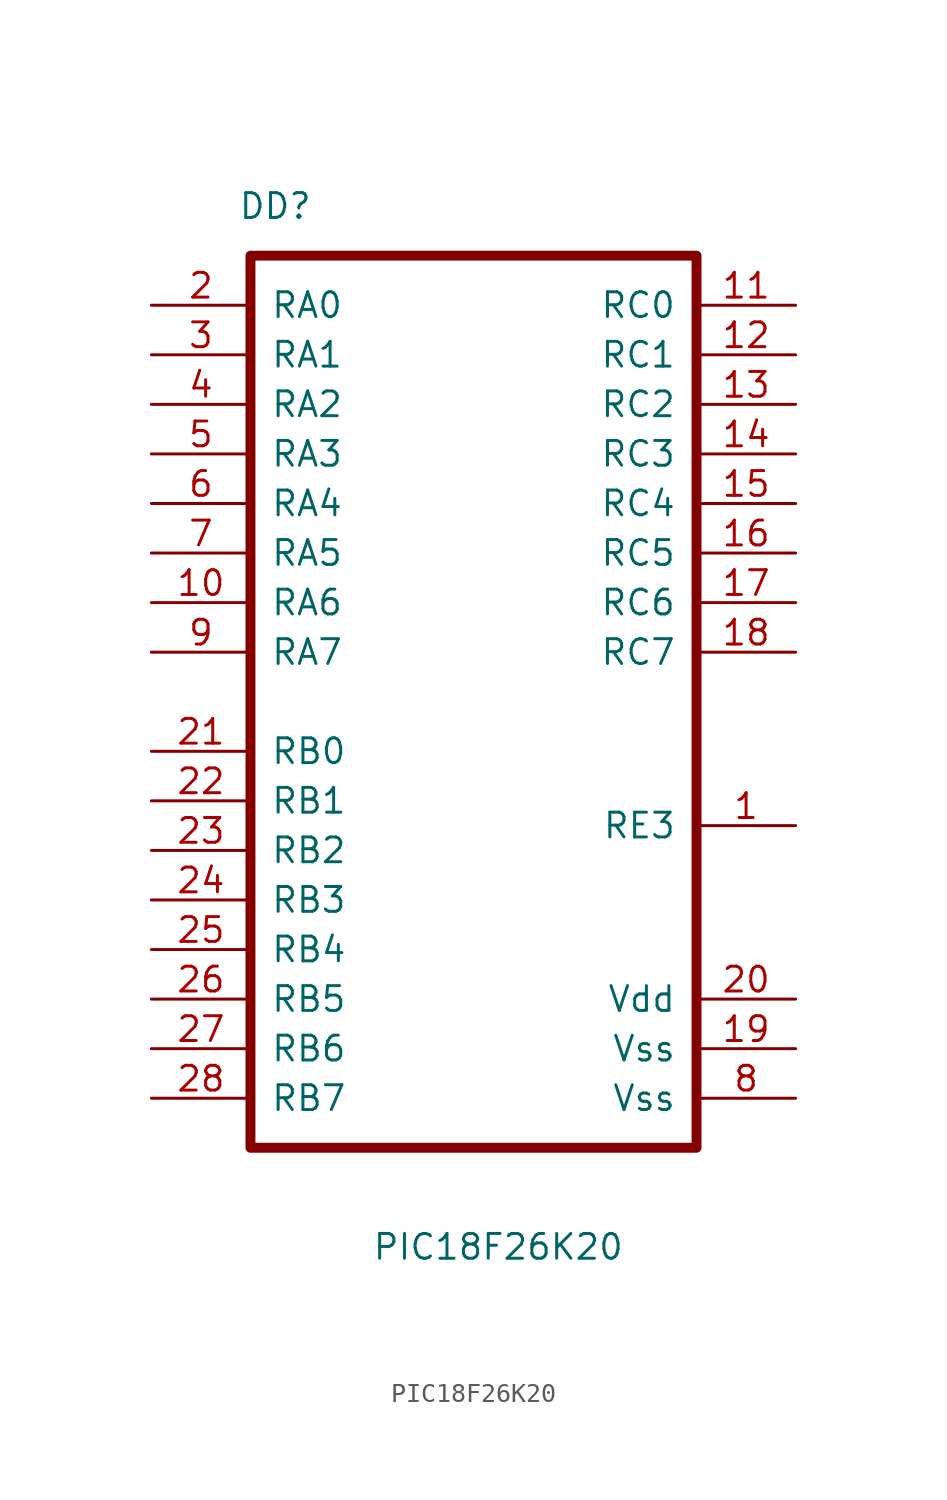
<source format=kicad_sym>
(kicad_symbol_lib
  (version 20211014)
  (generator kicad_symbol_editor)
  (symbol "PIC18F26K20"
    (pin_names
      (offset 1.016))
    (property "Reference" "DD"
      (at 6.35 5.08 0)
      (effects (font (size 1.27 1.27))))
    (property "Value" "PIC18F26K20"
      (at 17.78 -48.26 0)
      (effects (font (size 1.27 1.27))))
    (symbol "PIC18F26K20_0_1"
      (rectangle (start 5.08 2.54) (end 27.94 -43.18) (stroke (width 0.508) (type default) (color 0 0 0 0)) (fill (type none)))
      (pin bidirectional line (at 33.02 0 180) (length 5.08) (name "RC0" (effects (font (size 1.27 1.27)))) (number "11" (effects (font (size 1.27 1.27)))))
      (pin bidirectional line (at 33.02 -2.54 180) (length 5.08) (name "RC1" (effects (font (size 1.27 1.27)))) (number "12" (effects (font (size 1.27 1.27))))))
    (symbol "PIC18F26K20_1_1"
      (pin bidirectional line (at 33.02 -26.67 180) (length 5.08) (name "RE3" (effects (font (size 1.27 1.27)))) (number "1" (effects (font (size 1.27 1.27)))))
      (pin bidirectional line (at 0 -15.24 0) (length 5.08) (name "RA6" (effects (font (size 1.27 1.27)))) (number "10" (effects (font (size 1.27 1.27)))))
      (pin bidirectional line (at 33.02 -5.08 180) (length 5.08) (name "RC2" (effects (font (size 1.27 1.27)))) (number "13" (effects (font (size 1.27 1.27)))))
      (pin bidirectional line (at 33.02 -7.62 180) (length 5.08) (name "RC3" (effects (font (size 1.27 1.27)))) (number "14" (effects (font (size 1.27 1.27)))))
      (pin bidirectional line (at 33.02 -10.16 180) (length 5.08) (name "RC4" (effects (font (size 1.27 1.27)))) (number "15" (effects (font (size 1.27 1.27)))))
      (pin bidirectional line (at 33.02 -12.7 180) (length 5.08) (name "RC5" (effects (font (size 1.27 1.27)))) (number "16" (effects (font (size 1.27 1.27)))))
      (pin bidirectional line (at 33.02 -15.24 180) (length 5.08) (name "RC6" (effects (font (size 1.27 1.27)))) (number "17" (effects (font (size 1.27 1.27)))))
      (pin bidirectional line (at 33.02 -17.78 180) (length 5.08) (name "RC7" (effects (font (size 1.27 1.27)))) (number "18" (effects (font (size 1.27 1.27)))))
      (pin power_in line (at 33.02 -38.1 180) (length 5.08) (name "Vss" (effects (font (size 1.27 1.27)))) (number "19" (effects (font (size 1.27 1.27)))))
      (pin bidirectional line (at 0 0 0) (length 5.08) (name "RA0" (effects (font (size 1.27 1.27)))) (number "2" (effects (font (size 1.27 1.27)))))
      (pin power_in line (at 33.02 -35.56 180) (length 5.08) (name "Vdd" (effects (font (size 1.27 1.27)))) (number "20" (effects (font (size 1.27 1.27)))))
      (pin bidirectional line (at 0 -22.86 0) (length 5.08) (name "RB0" (effects (font (size 1.27 1.27)))) (number "21" (effects (font (size 1.27 1.27)))))
      (pin bidirectional line (at 0 -25.4 0) (length 5.08) (name "RB1" (effects (font (size 1.27 1.27)))) (number "22" (effects (font (size 1.27 1.27)))))
      (pin bidirectional line (at 0 -27.94 0) (length 5.08) (name "RB2" (effects (font (size 1.27 1.27)))) (number "23" (effects (font (size 1.27 1.27)))))
      (pin bidirectional line (at 0 -30.48 0) (length 5.08) (name "RB3" (effects (font (size 1.27 1.27)))) (number "24" (effects (font (size 1.27 1.27)))))
      (pin bidirectional line (at 0 -33.02 0) (length 5.08) (name "RB4" (effects (font (size 1.27 1.27)))) (number "25" (effects (font (size 1.27 1.27)))))
      (pin bidirectional line (at 0 -35.56 0) (length 5.08) (name "RB5" (effects (font (size 1.27 1.27)))) (number "26" (effects (font (size 1.27 1.27)))))
      (pin bidirectional line (at 0 -38.1 0) (length 5.08) (name "RB6" (effects (font (size 1.27 1.27)))) (number "27" (effects (font (size 1.27 1.27)))))
      (pin bidirectional line (at 0 -40.64 0) (length 5.08) (name "RB7" (effects (font (size 1.27 1.27)))) (number "28" (effects (font (size 1.27 1.27)))))
      (pin bidirectional line (at 0 -2.54 0) (length 5.08) (name "RA1" (effects (font (size 1.27 1.27)))) (number "3" (effects (font (size 1.27 1.27)))))
      (pin bidirectional line (at 0 -5.08 0) (length 5.08) (name "RA2" (effects (font (size 1.27 1.27)))) (number "4" (effects (font (size 1.27 1.27)))))
      (pin bidirectional line (at 0 -7.62 0) (length 5.08) (name "RA3" (effects (font (size 1.27 1.27)))) (number "5" (effects (font (size 1.27 1.27)))))
      (pin bidirectional line (at 0 -10.16 0) (length 5.08) (name "RA4" (effects (font (size 1.27 1.27)))) (number "6" (effects (font (size 1.27 1.27)))))
      (pin bidirectional line (at 0 -12.7 0) (length 5.08) (name "RA5" (effects (font (size 1.27 1.27)))) (number "7" (effects (font (size 1.27 1.27)))))
      (pin power_in line (at 33.02 -40.64 180) (length 5.08) (name "Vss" (effects (font (size 1.27 1.27)))) (number "8" (effects (font (size 1.27 1.27)))))
      (pin bidirectional line (at 0 -17.78 0) (length 5.08) (name "RA7" (effects (font (size 1.27 1.27)))) (number "9" (effects (font (size 1.27 1.27))))))))
</source>
